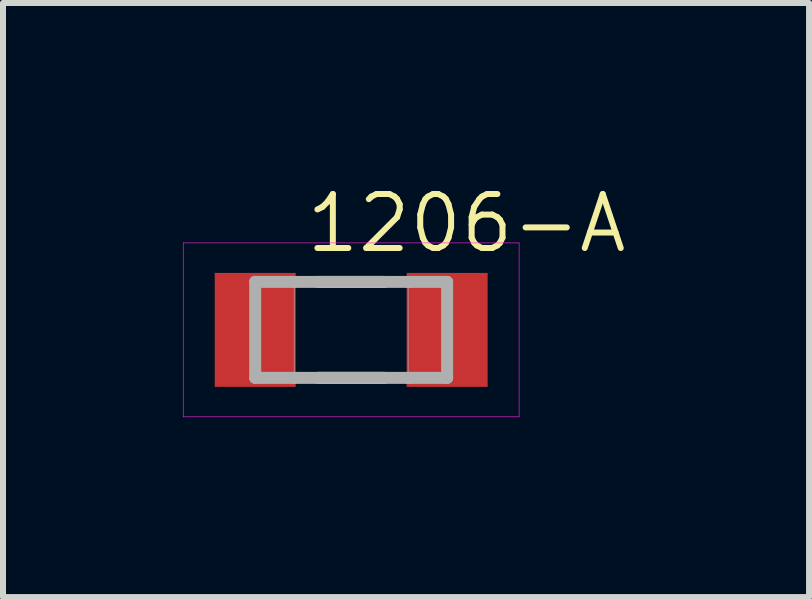
<source format=kicad_pcb>
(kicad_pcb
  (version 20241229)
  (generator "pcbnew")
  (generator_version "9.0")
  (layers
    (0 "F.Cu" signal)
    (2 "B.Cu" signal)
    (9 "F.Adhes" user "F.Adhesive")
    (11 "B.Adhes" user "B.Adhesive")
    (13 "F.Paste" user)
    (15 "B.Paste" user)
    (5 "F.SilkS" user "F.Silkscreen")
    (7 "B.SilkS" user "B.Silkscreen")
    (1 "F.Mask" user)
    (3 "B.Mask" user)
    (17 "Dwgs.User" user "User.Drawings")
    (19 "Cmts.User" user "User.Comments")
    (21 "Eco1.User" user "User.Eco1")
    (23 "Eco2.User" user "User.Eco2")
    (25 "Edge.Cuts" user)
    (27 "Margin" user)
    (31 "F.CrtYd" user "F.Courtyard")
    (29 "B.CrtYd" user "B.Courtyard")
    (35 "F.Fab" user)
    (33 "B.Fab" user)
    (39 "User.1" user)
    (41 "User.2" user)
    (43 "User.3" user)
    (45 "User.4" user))
  (footprint "1206-A"
    (layer "F.Cu")
    (at 2.805 2.45)
    (property "Reference" "1206-A" (at -0.8 -1.25 0) (unlocked yes) (layer "F.SilkS") (effects (font (size 0.9 0.9) (thickness 0.1)) (justify left bottom)))
    (fp_line (start -0.55 -0.8) (end 0.55 -0.8) (stroke (width 0.2) (type solid)) (layer "F.SilkS"))
    (fp_line (start -0.55 0.8) (end 0.55 0.8) (stroke (width 0.2) (type solid)) (layer "F.SilkS"))
    (fp_line (start -2.8 -1.45) (end -2.8 1.45) (stroke (width 0.01) (type solid)) (layer "F.CrtYd"))
    (fp_line (start -2.8 1.45) (end 2.8 1.45) (stroke (width 0.01) (type solid)) (layer "F.CrtYd"))
    (fp_line (start 2.8 -1.45) (end -2.8 -1.45) (stroke (width 0.01) (type solid)) (layer "F.CrtYd"))
    (fp_line (start 2.8 1.45) (end 2.8 -1.45) (stroke (width 0.01) (type solid)) (layer "F.CrtYd"))
    (fp_line (start -1.6 -0.8) (end -1.6 0.8) (stroke (width 0.2) (type solid)) (layer "F.Fab"))
    (fp_line (start -1.6 0.8) (end -0.95 0.8) (stroke (width 0.2) (type solid)) (layer "F.Fab"))
    (fp_line (start -0.95 -0.8) (end -1.6 -0.8) (stroke (width 0.2) (type solid)) (layer "F.Fab"))
    (fp_line (start -0.95 -0.8) (end -0.95 0.8) (stroke (width 0.01) (type solid)) (layer "F.Fab"))
    (fp_line (start -0.95 0.8) (end 0.95 0.8) (stroke (width 0.2) (type solid)) (layer "F.Fab"))
    (fp_line (start 0.95 -0.8) (end -0.95 -0.8) (stroke (width 0.2) (type solid)) (layer "F.Fab"))
    (fp_line (start 0.95 -0.8) (end 0.95 0.8) (stroke (width 0.01) (type solid)) (layer "F.Fab"))
    (fp_line (start 0.95 0.8) (end 1.6 0.8) (stroke (width 0.2) (type solid)) (layer "F.Fab"))
    (fp_line (start 1.6 -0.8) (end 0.95 -0.8) (stroke (width 0.2) (type solid)) (layer "F.Fab"))
    (fp_line (start 1.6 0.8) (end 1.6 -0.8) (stroke (width 0.2) (type solid)) (layer "F.Fab"))
    (pad "1" smd rect (at -1.6 0) (size 1.35 1.9) (layers "F.Cu" "F.Mask" "F.Paste"))
    (pad "2" smd rect (at 1.6 0) (size 1.35 1.9) (layers "F.Cu" "F.Mask" "F.Paste")))
  (gr_rect
    (start -3 -3)
    (end 10.439 6.905)
    (stroke (width 0.1) (type default))
    (fill no)
    (layer "Edge.Cuts")))
</source>
